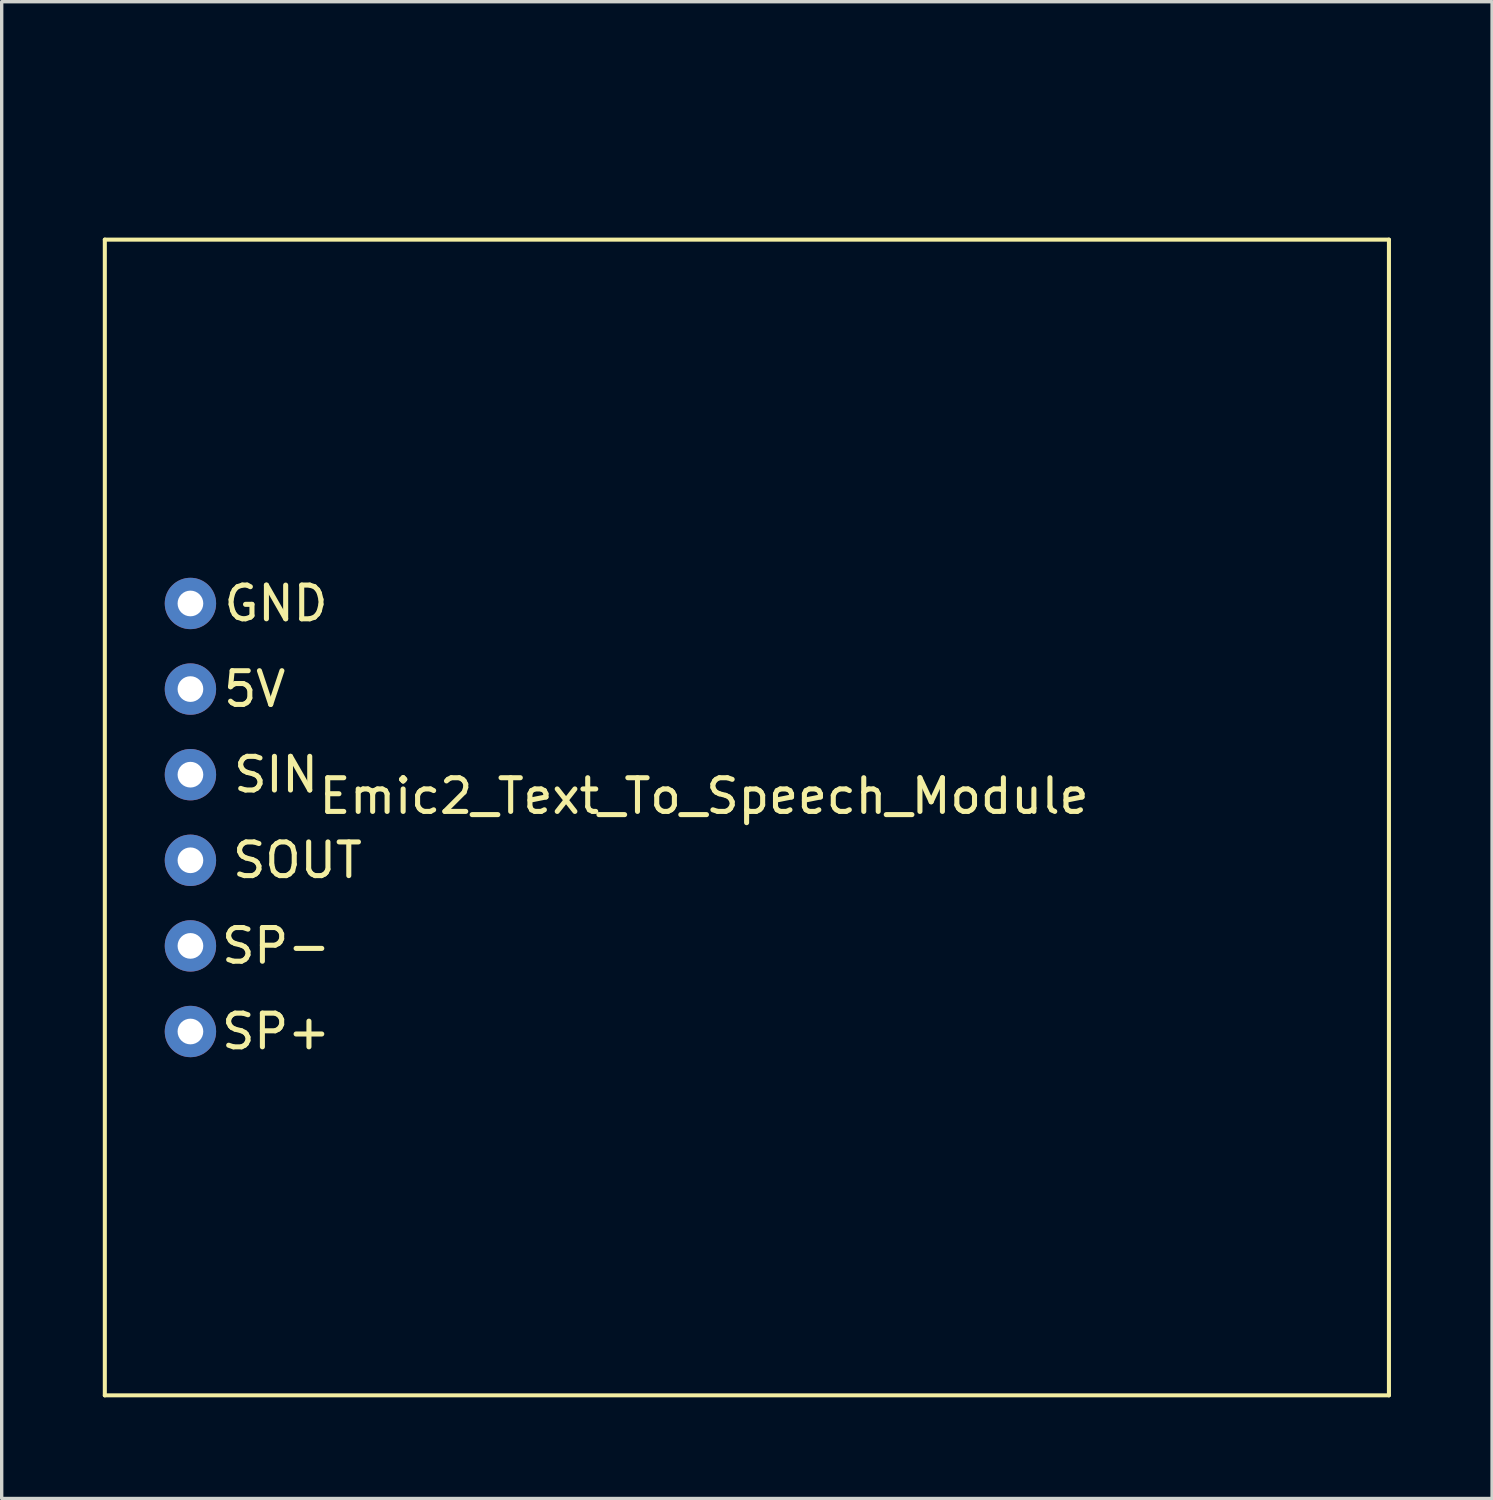
<source format=kicad_pcb>
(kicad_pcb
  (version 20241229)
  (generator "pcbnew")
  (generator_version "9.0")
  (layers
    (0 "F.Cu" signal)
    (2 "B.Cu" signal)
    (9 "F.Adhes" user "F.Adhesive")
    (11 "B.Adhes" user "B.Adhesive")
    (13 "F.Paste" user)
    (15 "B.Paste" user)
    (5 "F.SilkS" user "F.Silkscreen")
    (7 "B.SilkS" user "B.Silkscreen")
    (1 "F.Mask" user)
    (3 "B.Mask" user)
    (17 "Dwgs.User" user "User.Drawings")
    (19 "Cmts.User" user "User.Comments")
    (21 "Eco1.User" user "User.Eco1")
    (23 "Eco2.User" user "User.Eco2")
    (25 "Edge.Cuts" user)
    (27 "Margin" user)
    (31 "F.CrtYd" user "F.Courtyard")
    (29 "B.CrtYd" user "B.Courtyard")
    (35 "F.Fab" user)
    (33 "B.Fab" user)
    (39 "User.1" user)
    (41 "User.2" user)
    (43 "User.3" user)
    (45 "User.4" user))
  (footprint "Emic2_Text_To_Speech_Module"
    (layer "F.Cu")
    (at 17.84 0.25)
    (property "Reference" "Emic2_Text_To_Speech_Module" (at 0 20.32 0) (layer "F.SilkS") (effects (font (size 1 1) (thickness 0.15))))
    (attr through_hole)
    (fp_line (start -17.78 3.81) (end -17.78 38.1) (stroke (width 0.12) (type solid)) (layer "F.SilkS"))
    (fp_line (start -17.78 3.81) (end 20.32 3.81) (stroke (width 0.12) (type solid)) (layer "F.SilkS"))
    (fp_line (start -17.78 38.1) (end 20.32 38.1) (stroke (width 0.12) (type solid)) (layer "F.SilkS"))
    (fp_line (start 20.32 3.81) (end 20.32 38.1) (stroke (width 0.12) (type solid)) (layer "F.SilkS"))
    (fp_text user "SP+" (at -12.7 27.305 0) (layer "F.SilkS") (effects (font (size 1 1) (thickness 0.15))))
    (fp_text user "GND" (at -12.7 14.605 0) (layer "F.SilkS") (effects (font (size 1 1) (thickness 0.15))))
    (fp_text user "SP-" (at -12.7 24.765 0) (layer "F.SilkS") (effects (font (size 1 1) (thickness 0.15))))
    (fp_text user "5V" (at -13.335 17.145 0) (layer "F.SilkS") (effects (font (size 1 1) (thickness 0.15))))
    (fp_text user "SIN" (at -12.7 19.685 0) (layer "F.SilkS") (effects (font (size 1 1) (thickness 0.15))))
    (fp_text user "SOUT" (at -12.065 22.225 0) (layer "F.SilkS") (effects (font (size 1 1) (thickness 0.15))))
    (pad "1" thru_hole circle (at -15.24 14.605) (size 1.524 1.524) (drill 0.762) (layers "*.Cu" "*.Mask"))
    (pad "2" thru_hole circle (at -15.24 17.145) (size 1.524 1.524) (drill 0.762) (layers "*.Cu" "*.Mask"))
    (pad "3" thru_hole circle (at -15.24 19.685) (size 1.524 1.524) (drill 0.762) (layers "*.Cu" "*.Mask"))
    (pad "4" thru_hole circle (at -15.24 22.225) (size 1.524 1.524) (drill 0.762) (layers "*.Cu" "*.Mask"))
    (pad "5" thru_hole circle (at -15.24 24.765) (size 1.524 1.524) (drill 0.762) (layers "*.Cu" "*.Mask"))
    (pad "6" thru_hole circle (at -15.24 27.305) (size 1.524 1.524) (drill 0.762) (layers "*.Cu" "*.Mask")))
  (gr_rect
    (start -3 -3)
    (end 41.22 41.41)
    (stroke (width 0.1) (type default))
    (fill no)
    (layer "Edge.Cuts")))
</source>
